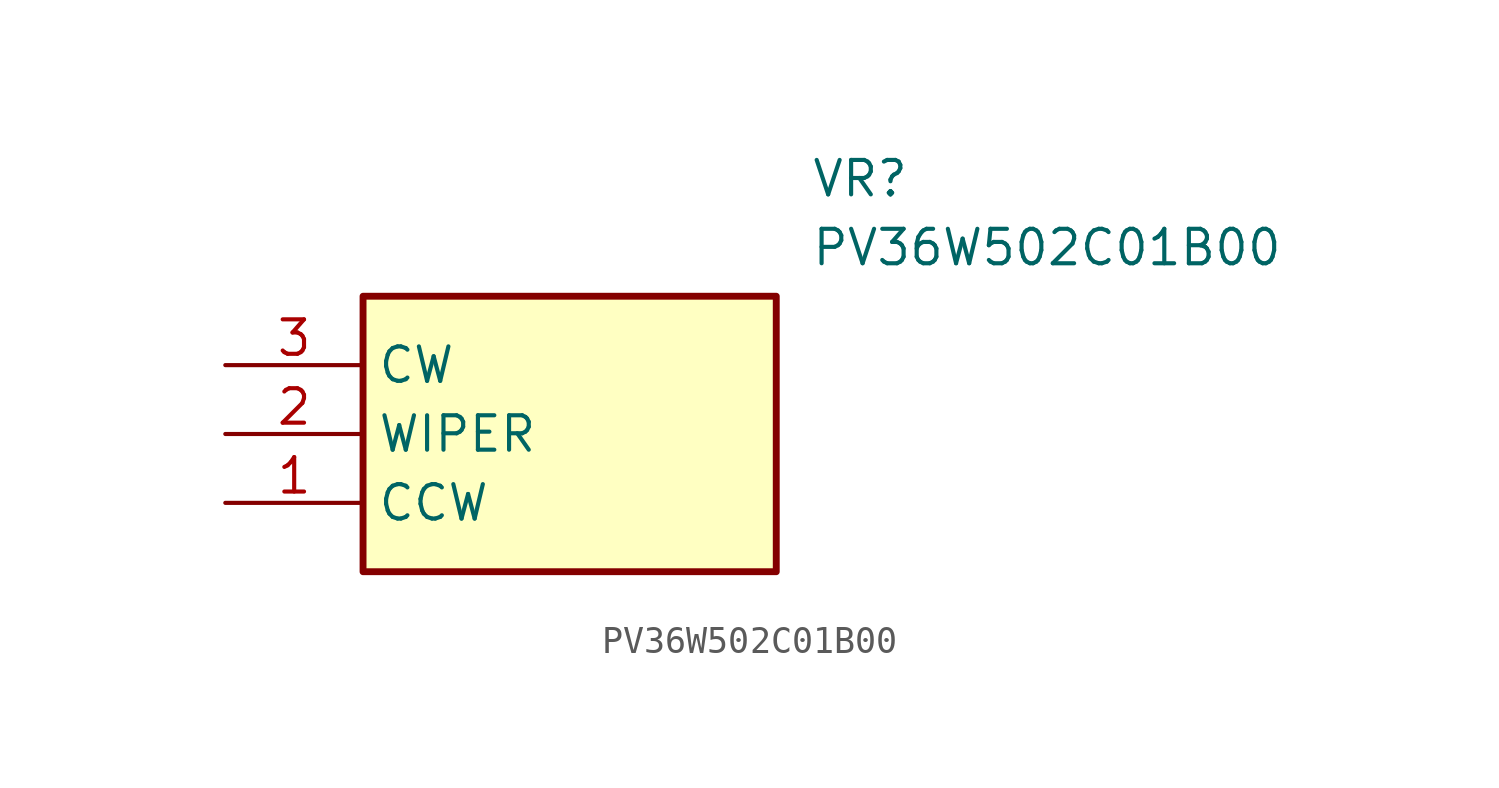
<source format=kicad_sym>
(kicad_symbol_lib
  (version 20211014)
  (generator SamacSys_ECAD_Model)
  (symbol "PV36W502C01B00"
    (property "Reference" "VR"
      (at 21.59 7.62 0)
      (effects (font (size 1.27 1.27)) (justify left top)))
    (property "Value" "PV36W502C01B00"
      (at 21.59 5.08 0)
      (effects (font (size 1.27 1.27)) (justify left top)))
    (rectangle
      (start 5.08 2.54)
      (end 20.32 -7.62)
      (stroke (width 0.254) (type default))
      (fill (type background)))
    (pin passive line
      (at 0 -5.08 0)
      (length 5.08)
      (name "CCW" (effects (font (size 1.27 1.27))))
      (number "1" (effects (font (size 1.27 1.27)))))
    (pin passive line
      (at 0 -2.54 0)
      (length 5.08)
      (name "WIPER" (effects (font (size 1.27 1.27))))
      (number "2" (effects (font (size 1.27 1.27)))))
    (pin passive line
      (at 0 0 0)
      (length 5.08)
      (name "CW" (effects (font (size 1.27 1.27))))
      (number "3" (effects (font (size 1.27 1.27)))))))
</source>
